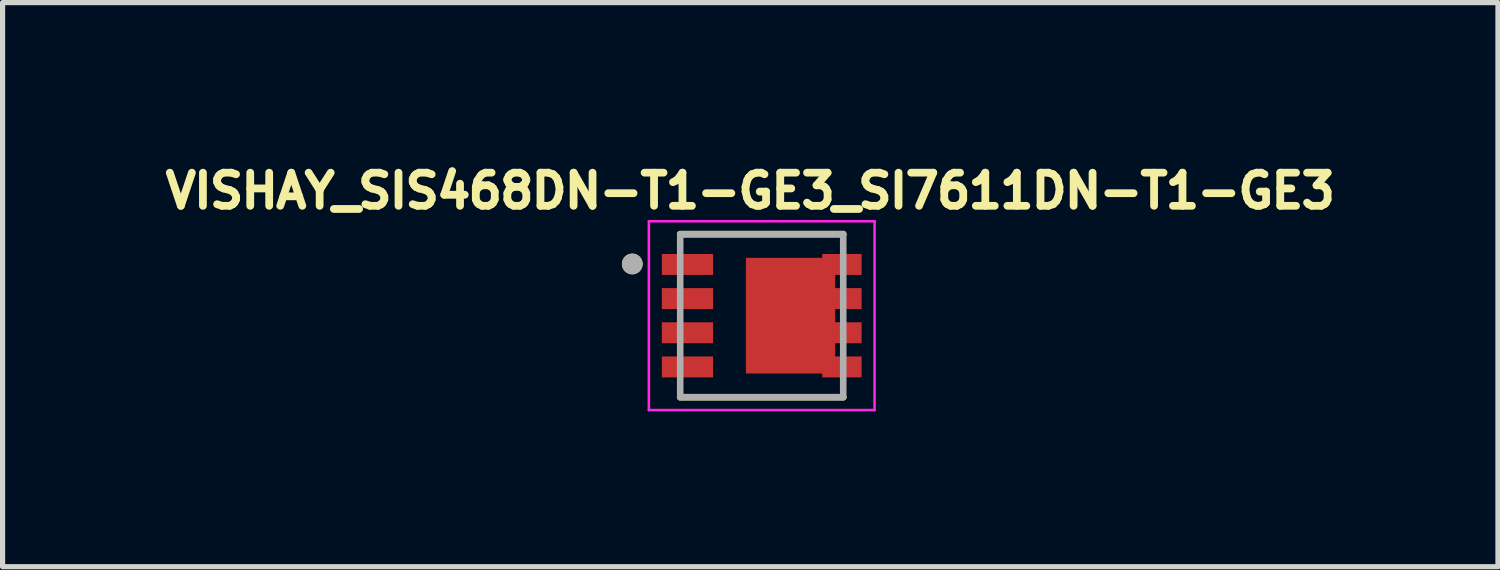
<source format=kicad_pcb>
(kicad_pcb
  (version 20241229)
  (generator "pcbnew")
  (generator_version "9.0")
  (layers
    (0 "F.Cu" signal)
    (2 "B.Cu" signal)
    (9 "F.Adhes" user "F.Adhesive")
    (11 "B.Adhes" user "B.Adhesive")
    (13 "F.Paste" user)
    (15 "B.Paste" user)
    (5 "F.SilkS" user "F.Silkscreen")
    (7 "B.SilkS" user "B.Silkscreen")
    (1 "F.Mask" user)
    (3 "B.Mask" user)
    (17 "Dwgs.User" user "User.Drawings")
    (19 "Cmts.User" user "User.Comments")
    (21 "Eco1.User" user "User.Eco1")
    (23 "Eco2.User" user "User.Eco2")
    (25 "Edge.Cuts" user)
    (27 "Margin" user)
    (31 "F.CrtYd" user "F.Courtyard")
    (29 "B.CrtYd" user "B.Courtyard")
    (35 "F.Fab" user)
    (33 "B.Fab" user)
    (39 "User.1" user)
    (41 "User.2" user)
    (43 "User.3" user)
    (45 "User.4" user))
  (footprint "VISHAY_SIS468DN-T1-GE3_SI7611DN-T1-GE3"
    (layer "F.Cu")
    (at 11.667 3.049)
    (property "Reference" "VISHAY_SIS468DN-T1-GE3_SI7611DN-T1-GE3" (at -0.221 -2.411 0) (layer "F.SilkS") (effects (font (size 0.64 0.64) (thickness 0.15))))
    (attr smd)
    (fp_line (start -1.575 -1.575) (end 1.575 -1.575) (stroke (width 0.127) (type solid)) (layer "F.SilkS"))
    (fp_line (start -1.575 1.575) (end 1.575 1.575) (stroke (width 0.127) (type solid)) (layer "F.SilkS"))
    (fp_circle (center -2.5 -1) (end -2.4 -1) (stroke (width 0.2) (type solid)) (fill no) (layer "F.SilkS"))
    (fp_line (start -2.18 -1.825) (end 2.18 -1.825) (stroke (width 0.05) (type solid)) (layer "F.CrtYd"))
    (fp_line (start -2.18 1.825) (end -2.18 -1.825) (stroke (width 0.05) (type solid)) (layer "F.CrtYd"))
    (fp_line (start 2.18 -1.825) (end 2.18 1.825) (stroke (width 0.05) (type solid)) (layer "F.CrtYd"))
    (fp_line (start 2.18 1.825) (end -2.18 1.825) (stroke (width 0.05) (type solid)) (layer "F.CrtYd"))
    (fp_line (start -1.575 -1.575) (end 1.575 -1.575) (stroke (width 0.127) (type solid)) (layer "F.Fab"))
    (fp_line (start -1.575 1.575) (end -1.575 -1.575) (stroke (width 0.127) (type solid)) (layer "F.Fab"))
    (fp_line (start 1.575 -1.575) (end 1.575 1.575) (stroke (width 0.127) (type solid)) (layer "F.Fab"))
    (fp_line (start 1.575 1.575) (end -1.575 1.575) (stroke (width 0.127) (type solid)) (layer "F.Fab"))
    (fp_circle (center -2.502 -0.997) (end -2.402 -0.997) (stroke (width 0.2) (type solid)) (fill no) (layer "F.Fab"))
    (pad "1" smd rect (at -1.435 -0.99) (size 0.99 0.405) (layers "F.Cu" "F.Mask" "F.Paste"))
    (pad "2" smd rect (at -1.435 -0.33) (size 0.99 0.405) (layers "F.Cu" "F.Mask" "F.Paste"))
    (pad "3" smd rect (at -1.435 0.33) (size 0.99 0.405) (layers "F.Cu" "F.Mask" "F.Paste"))
    (pad "4" smd rect (at -1.435 0.99) (size 0.99 0.405) (layers "F.Cu" "F.Mask" "F.Paste"))
    (pad "5" smd rect (at 1.55 0.99) (size 0.76 0.405) (layers "F.Cu" "F.Mask" "F.Paste"))
    (pad "6" smd rect (at 1.55 0.33) (size 0.76 0.405) (layers "F.Cu" "F.Mask" "F.Paste"))
    (pad "7" smd rect (at 1.55 -0.33) (size 0.76 0.405) (layers "F.Cu" "F.Mask" "F.Paste"))
    (pad "8" smd rect (at 1.55 -0.99) (size 0.76 0.405) (layers "F.Cu" "F.Mask" "F.Paste"))
    (pad "9" smd rect (at 0.557 0) (size 1.725 2.235) (layers "F.Cu" "F.Mask" "F.Paste")))
  (gr_rect
    (start -3 -3)
    (end 25.892 7.899)
    (stroke (width 0.1) (type default))
    (fill no)
    (layer "Edge.Cuts")))
</source>
